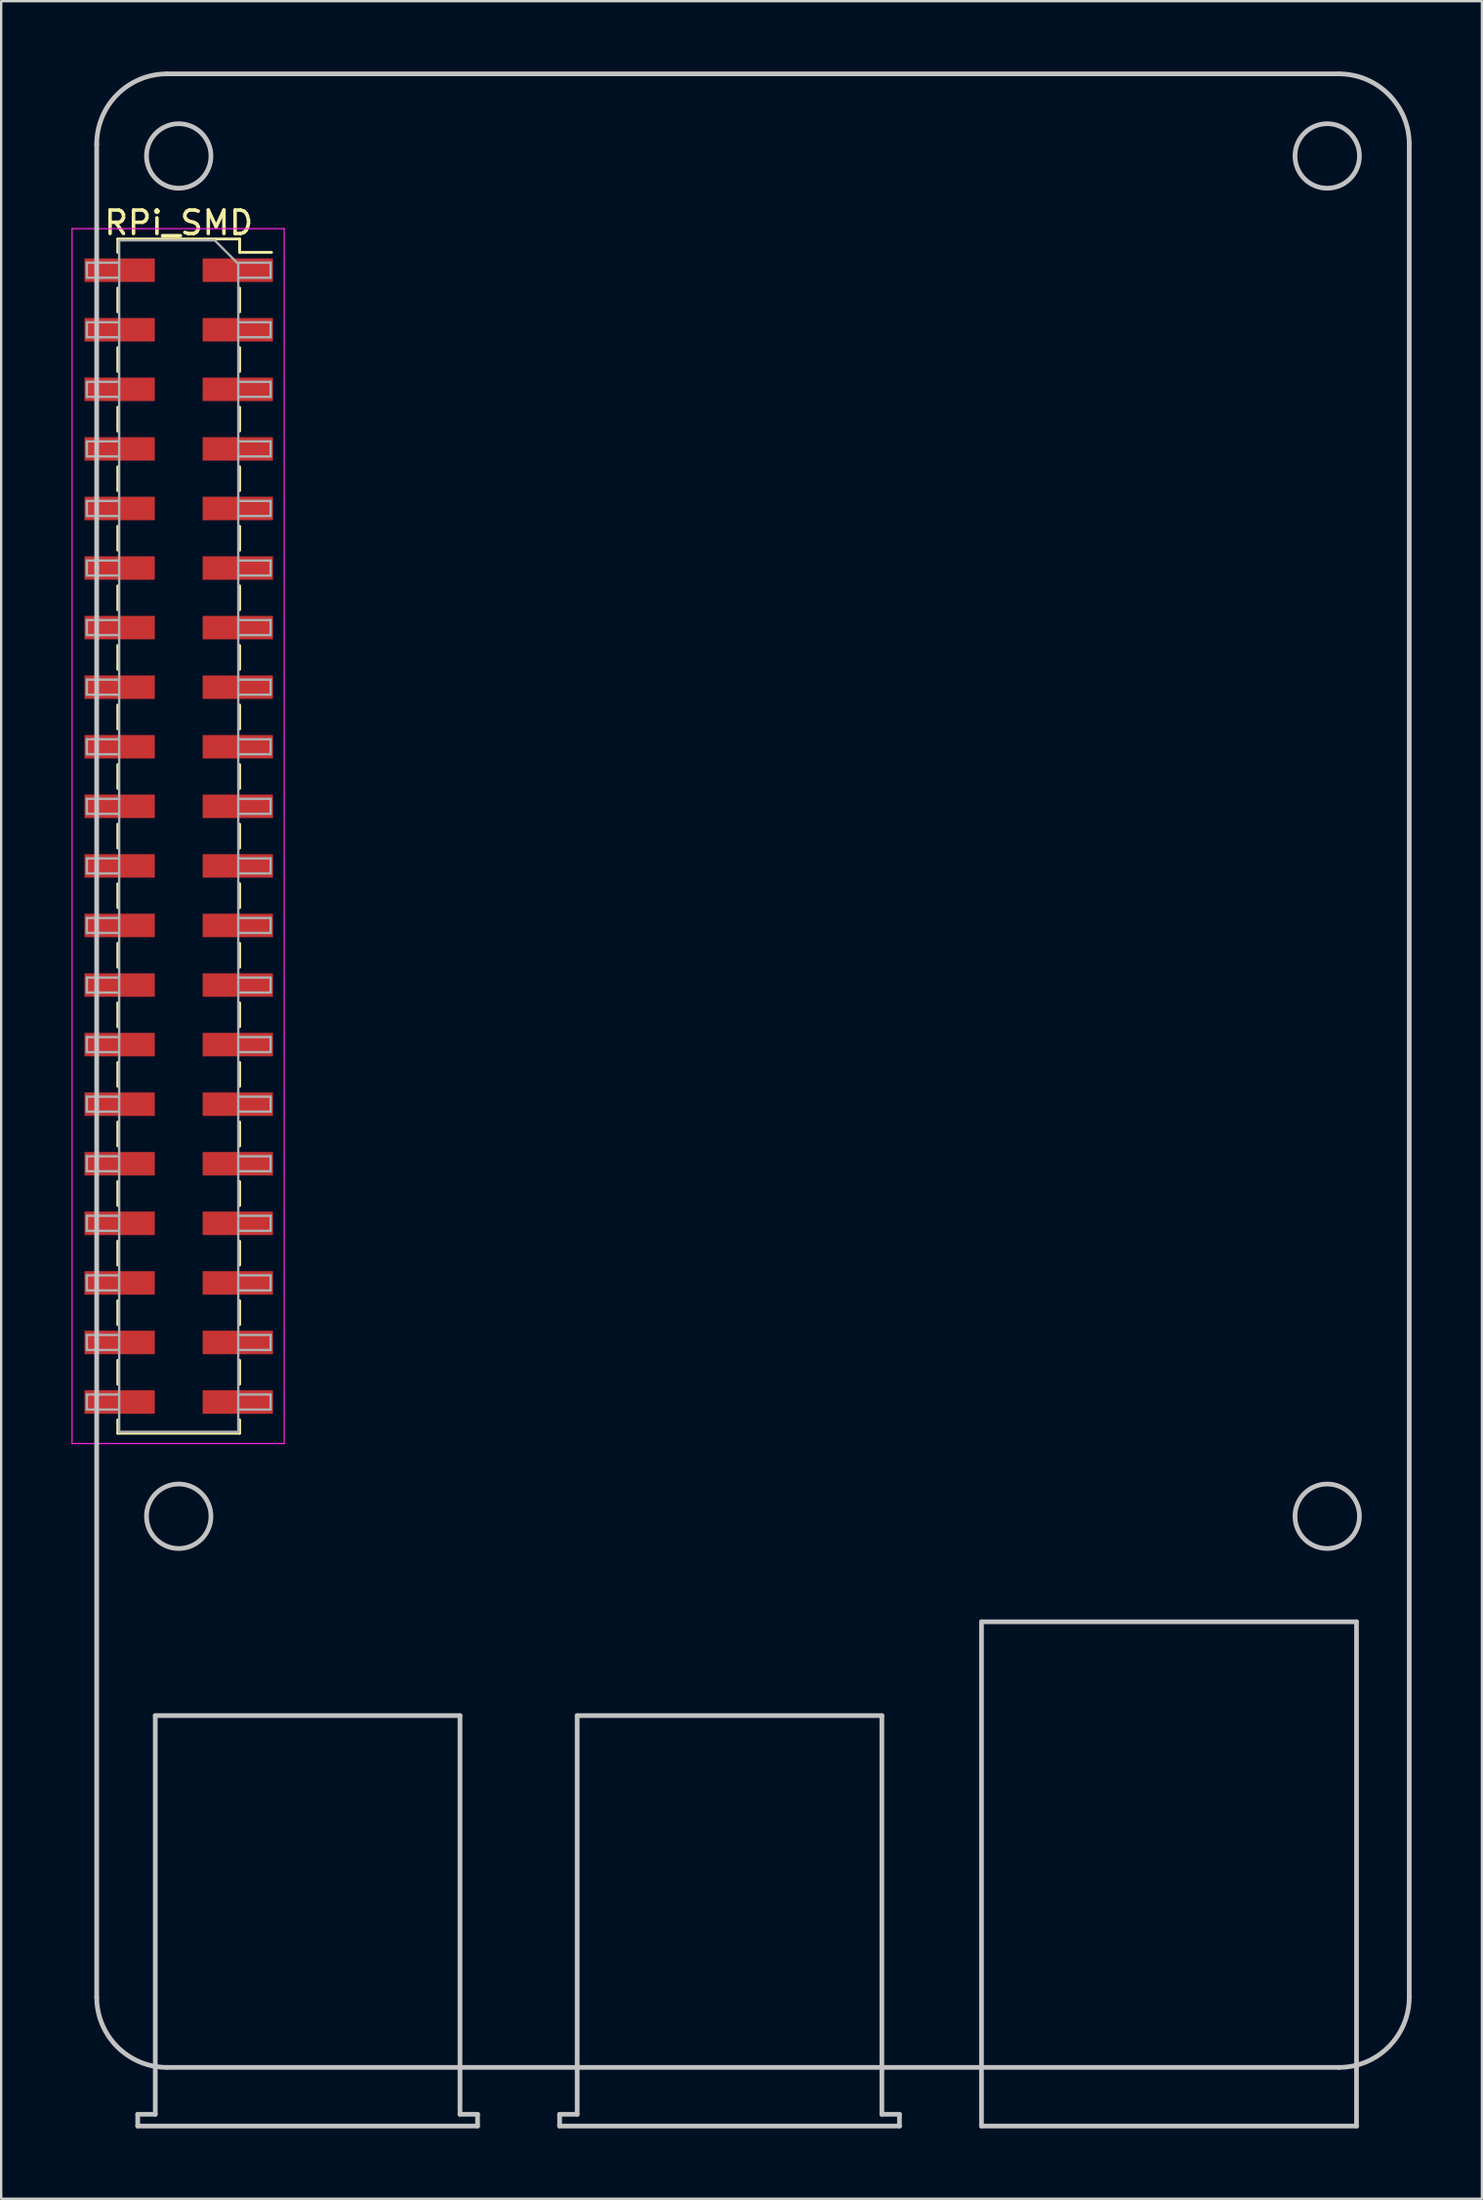
<source format=kicad_pcb>
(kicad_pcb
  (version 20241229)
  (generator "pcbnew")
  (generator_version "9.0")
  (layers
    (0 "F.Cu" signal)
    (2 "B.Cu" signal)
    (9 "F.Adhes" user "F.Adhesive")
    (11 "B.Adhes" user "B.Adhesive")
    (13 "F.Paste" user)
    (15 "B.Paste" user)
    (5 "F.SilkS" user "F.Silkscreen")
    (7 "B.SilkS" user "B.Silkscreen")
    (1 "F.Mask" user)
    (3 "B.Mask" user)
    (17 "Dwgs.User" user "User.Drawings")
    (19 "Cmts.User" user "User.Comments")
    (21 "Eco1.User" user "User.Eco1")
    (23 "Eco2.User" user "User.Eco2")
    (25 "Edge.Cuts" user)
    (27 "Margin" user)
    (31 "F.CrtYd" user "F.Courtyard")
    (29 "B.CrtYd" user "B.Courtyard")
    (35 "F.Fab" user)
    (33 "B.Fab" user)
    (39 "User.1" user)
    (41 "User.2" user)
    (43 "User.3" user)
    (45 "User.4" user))
  (footprint "RPi_SMD"
    (layer "F.Cu")
    (at 4.575 32.6)
    (property "Reference" "RPi_SMD" (at 0 -26.15 0) (layer "F.SilkS") (effects (font (size 1 1) (thickness 0.15))))
    (attr smd)
    (fp_line (start -2.6 -25.46) (end -2.6 -24.89) (stroke (width 0.12) (type solid)) (layer "F.SilkS"))
    (fp_line (start -2.6 -25.46) (end 2.6 -25.46) (stroke (width 0.12) (type solid)) (layer "F.SilkS"))
    (fp_line (start -2.6 -23.37) (end -2.6 -22.35) (stroke (width 0.12) (type solid)) (layer "F.SilkS"))
    (fp_line (start -2.6 -20.83) (end -2.6 -19.81) (stroke (width 0.12) (type solid)) (layer "F.SilkS"))
    (fp_line (start -2.6 -18.29) (end -2.6 -17.27) (stroke (width 0.12) (type solid)) (layer "F.SilkS"))
    (fp_line (start -2.6 -15.75) (end -2.6 -14.73) (stroke (width 0.12) (type solid)) (layer "F.SilkS"))
    (fp_line (start -2.6 -13.21) (end -2.6 -12.19) (stroke (width 0.12) (type solid)) (layer "F.SilkS"))
    (fp_line (start -2.6 -10.67) (end -2.6 -9.65) (stroke (width 0.12) (type solid)) (layer "F.SilkS"))
    (fp_line (start -2.6 -8.13) (end -2.6 -7.11) (stroke (width 0.12) (type solid)) (layer "F.SilkS"))
    (fp_line (start -2.6 -5.59) (end -2.6 -4.57) (stroke (width 0.12) (type solid)) (layer "F.SilkS"))
    (fp_line (start -2.6 -3.05) (end -2.6 -2.03) (stroke (width 0.12) (type solid)) (layer "F.SilkS"))
    (fp_line (start -2.6 -0.51) (end -2.6 0.51) (stroke (width 0.12) (type solid)) (layer "F.SilkS"))
    (fp_line (start -2.6 2.03) (end -2.6 3.05) (stroke (width 0.12) (type solid)) (layer "F.SilkS"))
    (fp_line (start -2.6 4.57) (end -2.6 5.59) (stroke (width 0.12) (type solid)) (layer "F.SilkS"))
    (fp_line (start -2.6 7.11) (end -2.6 8.13) (stroke (width 0.12) (type solid)) (layer "F.SilkS"))
    (fp_line (start -2.6 9.65) (end -2.6 10.67) (stroke (width 0.12) (type solid)) (layer "F.SilkS"))
    (fp_line (start -2.6 12.19) (end -2.6 13.21) (stroke (width 0.12) (type solid)) (layer "F.SilkS"))
    (fp_line (start -2.6 14.73) (end -2.6 15.75) (stroke (width 0.12) (type solid)) (layer "F.SilkS"))
    (fp_line (start -2.6 17.27) (end -2.6 18.29) (stroke (width 0.12) (type solid)) (layer "F.SilkS"))
    (fp_line (start -2.6 19.81) (end -2.6 20.83) (stroke (width 0.12) (type solid)) (layer "F.SilkS"))
    (fp_line (start -2.6 22.35) (end -2.6 23.37) (stroke (width 0.12) (type solid)) (layer "F.SilkS"))
    (fp_line (start -2.6 24.89) (end -2.6 25.46) (stroke (width 0.12) (type solid)) (layer "F.SilkS"))
    (fp_line (start -2.6 25.46) (end 2.6 25.46) (stroke (width 0.12) (type solid)) (layer "F.SilkS"))
    (fp_line (start 2.6 -25.46) (end 2.6 -24.89) (stroke (width 0.12) (type solid)) (layer "F.SilkS"))
    (fp_line (start 2.6 -24.89) (end 3.96 -24.89) (stroke (width 0.12) (type solid)) (layer "F.SilkS"))
    (fp_line (start 2.6 -23.37) (end 2.6 -22.35) (stroke (width 0.12) (type solid)) (layer "F.SilkS"))
    (fp_line (start 2.6 -20.83) (end 2.6 -19.81) (stroke (width 0.12) (type solid)) (layer "F.SilkS"))
    (fp_line (start 2.6 -18.29) (end 2.6 -17.27) (stroke (width 0.12) (type solid)) (layer "F.SilkS"))
    (fp_line (start 2.6 -15.75) (end 2.6 -14.73) (stroke (width 0.12) (type solid)) (layer "F.SilkS"))
    (fp_line (start 2.6 -13.21) (end 2.6 -12.19) (stroke (width 0.12) (type solid)) (layer "F.SilkS"))
    (fp_line (start 2.6 -10.67) (end 2.6 -9.65) (stroke (width 0.12) (type solid)) (layer "F.SilkS"))
    (fp_line (start 2.6 -8.13) (end 2.6 -7.11) (stroke (width 0.12) (type solid)) (layer "F.SilkS"))
    (fp_line (start 2.6 -5.59) (end 2.6 -4.57) (stroke (width 0.12) (type solid)) (layer "F.SilkS"))
    (fp_line (start 2.6 -3.05) (end 2.6 -2.03) (stroke (width 0.12) (type solid)) (layer "F.SilkS"))
    (fp_line (start 2.6 -0.51) (end 2.6 0.51) (stroke (width 0.12) (type solid)) (layer "F.SilkS"))
    (fp_line (start 2.6 2.03) (end 2.6 3.05) (stroke (width 0.12) (type solid)) (layer "F.SilkS"))
    (fp_line (start 2.6 4.57) (end 2.6 5.59) (stroke (width 0.12) (type solid)) (layer "F.SilkS"))
    (fp_line (start 2.6 7.11) (end 2.6 8.13) (stroke (width 0.12) (type solid)) (layer "F.SilkS"))
    (fp_line (start 2.6 9.65) (end 2.6 10.67) (stroke (width 0.12) (type solid)) (layer "F.SilkS"))
    (fp_line (start 2.6 12.19) (end 2.6 13.21) (stroke (width 0.12) (type solid)) (layer "F.SilkS"))
    (fp_line (start 2.6 14.73) (end 2.6 15.75) (stroke (width 0.12) (type solid)) (layer "F.SilkS"))
    (fp_line (start 2.6 17.27) (end 2.6 18.29) (stroke (width 0.12) (type solid)) (layer "F.SilkS"))
    (fp_line (start 2.6 19.81) (end 2.6 20.83) (stroke (width 0.12) (type solid)) (layer "F.SilkS"))
    (fp_line (start 2.6 22.35) (end 2.6 23.37) (stroke (width 0.12) (type solid)) (layer "F.SilkS"))
    (fp_line (start 2.6 24.89) (end 2.6 25.46) (stroke (width 0.12) (type solid)) (layer "F.SilkS"))
    (fp_line (start -3.5 49.5) (end -3.5 -29.5) (stroke (width 0.2) (type solid)) (layer "Dwgs.User"))
    (fp_line (start -1.75 54.5) (end -1.75 55) (stroke (width 0.2) (type solid)) (layer "Dwgs.User"))
    (fp_line (start -1.75 55) (end 12.75 55) (stroke (width 0.2) (type solid)) (layer "Dwgs.User"))
    (fp_line (start -1 37.5) (end -1 54.5) (stroke (width 0.2) (type solid)) (layer "Dwgs.User"))
    (fp_line (start -1 54.5) (end -1.75 54.5) (stroke (width 0.2) (type solid)) (layer "Dwgs.User"))
    (fp_line (start -0.5 -32.5) (end 49.5 -32.5) (stroke (width 0.2) (type solid)) (layer "Dwgs.User"))
    (fp_line (start 12 37.5) (end -1 37.5) (stroke (width 0.2) (type solid)) (layer "Dwgs.User"))
    (fp_line (start 12 54.5) (end 12 37.5) (stroke (width 0.2) (type solid)) (layer "Dwgs.User"))
    (fp_line (start 12.75 54.5) (end 12 54.5) (stroke (width 0.2) (type solid)) (layer "Dwgs.User"))
    (fp_line (start 12.75 55) (end 12.75 54.5) (stroke (width 0.2) (type solid)) (layer "Dwgs.User"))
    (fp_line (start 16.25 54.5) (end 16.25 55) (stroke (width 0.2) (type solid)) (layer "Dwgs.User"))
    (fp_line (start 16.25 55) (end 30.75 55) (stroke (width 0.2) (type solid)) (layer "Dwgs.User"))
    (fp_line (start 17 37.5) (end 17 54.5) (stroke (width 0.2) (type solid)) (layer "Dwgs.User"))
    (fp_line (start 17 54.5) (end 16.25 54.5) (stroke (width 0.2) (type solid)) (layer "Dwgs.User"))
    (fp_line (start 30 37.5) (end 17 37.5) (stroke (width 0.2) (type solid)) (layer "Dwgs.User"))
    (fp_line (start 30 54.5) (end 30 37.5) (stroke (width 0.2) (type solid)) (layer "Dwgs.User"))
    (fp_line (start 30.75 54.5) (end 30 54.5) (stroke (width 0.2) (type solid)) (layer "Dwgs.User"))
    (fp_line (start 30.75 55) (end 30.75 54.5) (stroke (width 0.2) (type solid)) (layer "Dwgs.User"))
    (fp_line (start 34.25 33.5) (end 50.25 33.5) (stroke (width 0.2) (type solid)) (layer "Dwgs.User"))
    (fp_line (start 34.25 55) (end 34.25 33.5) (stroke (width 0.2) (type solid)) (layer "Dwgs.User"))
    (fp_line (start 49.5 52.5) (end -0.5 52.5) (stroke (width 0.2) (type solid)) (layer "Dwgs.User"))
    (fp_line (start 50.25 33.5) (end 50.25 55) (stroke (width 0.2) (type solid)) (layer "Dwgs.User"))
    (fp_line (start 50.25 55) (end 34.25 55) (stroke (width 0.2) (type solid)) (layer "Dwgs.User"))
    (fp_line (start 52.5 -29.5) (end 52.5 49.5) (stroke (width 0.2) (type solid)) (layer "Dwgs.User"))
    (fp_arc (start -3.5 -29.5) (mid -2.62132 -31.62132) (end -0.5 -32.5) (stroke (width 0.2) (type solid)) (layer "Dwgs.User"))
    (fp_arc (start -0.5 52.5) (mid -2.62132 51.62132) (end -3.5 49.5) (stroke (width 0.2) (type solid)) (layer "Dwgs.User"))
    (fp_arc (start 49.5 -32.5) (mid 51.62132 -31.62132) (end 52.5 -29.5) (stroke (width 0.2) (type solid)) (layer "Dwgs.User"))
    (fp_arc (start 52.5 49.5) (mid 51.62132 51.62132) (end 49.5 52.5) (stroke (width 0.2) (type solid)) (layer "Dwgs.User"))
    (fp_circle (center 0 -29) (end 1.375 -29) (stroke (width 0.2) (type solid)) (fill no) (layer "Dwgs.User"))
    (fp_circle (center 0 29) (end 1.375 29) (stroke (width 0.2) (type solid)) (fill no) (layer "Dwgs.User"))
    (fp_circle (center 49 -29) (end 50.375 -29) (stroke (width 0.2) (type solid)) (fill no) (layer "Dwgs.User"))
    (fp_circle (center 49 29) (end 50.375 29) (stroke (width 0.2) (type solid)) (fill no) (layer "Dwgs.User"))
    (fp_line (start -4.55 -25.9) (end 4.5 -25.9) (stroke (width 0.05) (type solid)) (layer "F.CrtYd"))
    (fp_line (start -4.55 25.9) (end -4.55 -25.9) (stroke (width 0.05) (type solid)) (layer "F.CrtYd"))
    (fp_line (start 4.5 -25.9) (end 4.5 25.9) (stroke (width 0.05) (type solid)) (layer "F.CrtYd"))
    (fp_line (start 4.5 25.9) (end -4.55 25.9) (stroke (width 0.05) (type solid)) (layer "F.CrtYd"))
    (fp_line (start -3.92 -24.45) (end -2.54 -24.45) (stroke (width 0.1) (type solid)) (layer "F.Fab"))
    (fp_line (start -3.92 -23.81) (end -3.92 -24.45) (stroke (width 0.1) (type solid)) (layer "F.Fab"))
    (fp_line (start -3.92 -21.91) (end -2.54 -21.91) (stroke (width 0.1) (type solid)) (layer "F.Fab"))
    (fp_line (start -3.92 -21.27) (end -3.92 -21.91) (stroke (width 0.1) (type solid)) (layer "F.Fab"))
    (fp_line (start -3.92 -19.37) (end -2.54 -19.37) (stroke (width 0.1) (type solid)) (layer "F.Fab"))
    (fp_line (start -3.92 -18.73) (end -3.92 -19.37) (stroke (width 0.1) (type solid)) (layer "F.Fab"))
    (fp_line (start -3.92 -16.83) (end -2.54 -16.83) (stroke (width 0.1) (type solid)) (layer "F.Fab"))
    (fp_line (start -3.92 -16.19) (end -3.92 -16.83) (stroke (width 0.1) (type solid)) (layer "F.Fab"))
    (fp_line (start -3.92 -14.29) (end -2.54 -14.29) (stroke (width 0.1) (type solid)) (layer "F.Fab"))
    (fp_line (start -3.92 -13.65) (end -3.92 -14.29) (stroke (width 0.1) (type solid)) (layer "F.Fab"))
    (fp_line (start -3.92 -11.75) (end -2.54 -11.75) (stroke (width 0.1) (type solid)) (layer "F.Fab"))
    (fp_line (start -3.92 -11.11) (end -3.92 -11.75) (stroke (width 0.1) (type solid)) (layer "F.Fab"))
    (fp_line (start -3.92 -9.21) (end -2.54 -9.21) (stroke (width 0.1) (type solid)) (layer "F.Fab"))
    (fp_line (start -3.92 -8.57) (end -3.92 -9.21) (stroke (width 0.1) (type solid)) (layer "F.Fab"))
    (fp_line (start -3.92 -6.67) (end -2.54 -6.67) (stroke (width 0.1) (type solid)) (layer "F.Fab"))
    (fp_line (start -3.92 -6.03) (end -3.92 -6.67) (stroke (width 0.1) (type solid)) (layer "F.Fab"))
    (fp_line (start -3.92 -4.13) (end -2.54 -4.13) (stroke (width 0.1) (type solid)) (layer "F.Fab"))
    (fp_line (start -3.92 -3.49) (end -3.92 -4.13) (stroke (width 0.1) (type solid)) (layer "F.Fab"))
    (fp_line (start -3.92 -1.59) (end -2.54 -1.59) (stroke (width 0.1) (type solid)) (layer "F.Fab"))
    (fp_line (start -3.92 -0.95) (end -3.92 -1.59) (stroke (width 0.1) (type solid)) (layer "F.Fab"))
    (fp_line (start -3.92 0.95) (end -2.54 0.95) (stroke (width 0.1) (type solid)) (layer "F.Fab"))
    (fp_line (start -3.92 1.59) (end -3.92 0.95) (stroke (width 0.1) (type solid)) (layer "F.Fab"))
    (fp_line (start -3.92 3.49) (end -2.54 3.49) (stroke (width 0.1) (type solid)) (layer "F.Fab"))
    (fp_line (start -3.92 4.13) (end -3.92 3.49) (stroke (width 0.1) (type solid)) (layer "F.Fab"))
    (fp_line (start -3.92 6.03) (end -2.54 6.03) (stroke (width 0.1) (type solid)) (layer "F.Fab"))
    (fp_line (start -3.92 6.67) (end -3.92 6.03) (stroke (width 0.1) (type solid)) (layer "F.Fab"))
    (fp_line (start -3.92 8.57) (end -2.54 8.57) (stroke (width 0.1) (type solid)) (layer "F.Fab"))
    (fp_line (start -3.92 9.21) (end -3.92 8.57) (stroke (width 0.1) (type solid)) (layer "F.Fab"))
    (fp_line (start -3.92 11.11) (end -2.54 11.11) (stroke (width 0.1) (type solid)) (layer "F.Fab"))
    (fp_line (start -3.92 11.75) (end -3.92 11.11) (stroke (width 0.1) (type solid)) (layer "F.Fab"))
    (fp_line (start -3.92 13.65) (end -2.54 13.65) (stroke (width 0.1) (type solid)) (layer "F.Fab"))
    (fp_line (start -3.92 14.29) (end -3.92 13.65) (stroke (width 0.1) (type solid)) (layer "F.Fab"))
    (fp_line (start -3.92 16.19) (end -2.54 16.19) (stroke (width 0.1) (type solid)) (layer "F.Fab"))
    (fp_line (start -3.92 16.83) (end -3.92 16.19) (stroke (width 0.1) (type solid)) (layer "F.Fab"))
    (fp_line (start -3.92 18.73) (end -2.54 18.73) (stroke (width 0.1) (type solid)) (layer "F.Fab"))
    (fp_line (start -3.92 19.37) (end -3.92 18.73) (stroke (width 0.1) (type solid)) (layer "F.Fab"))
    (fp_line (start -3.92 21.27) (end -2.54 21.27) (stroke (width 0.1) (type solid)) (layer "F.Fab"))
    (fp_line (start -3.92 21.91) (end -3.92 21.27) (stroke (width 0.1) (type solid)) (layer "F.Fab"))
    (fp_line (start -3.92 23.81) (end -2.54 23.81) (stroke (width 0.1) (type solid)) (layer "F.Fab"))
    (fp_line (start -3.92 24.45) (end -3.92 23.81) (stroke (width 0.1) (type solid)) (layer "F.Fab"))
    (fp_line (start -2.54 -25.4) (end 1.54 -25.4) (stroke (width 0.1) (type solid)) (layer "F.Fab"))
    (fp_line (start -2.54 -23.81) (end -3.92 -23.81) (stroke (width 0.1) (type solid)) (layer "F.Fab"))
    (fp_line (start -2.54 -21.27) (end -3.92 -21.27) (stroke (width 0.1) (type solid)) (layer "F.Fab"))
    (fp_line (start -2.54 -18.73) (end -3.92 -18.73) (stroke (width 0.1) (type solid)) (layer "F.Fab"))
    (fp_line (start -2.54 -16.19) (end -3.92 -16.19) (stroke (width 0.1) (type solid)) (layer "F.Fab"))
    (fp_line (start -2.54 -13.65) (end -3.92 -13.65) (stroke (width 0.1) (type solid)) (layer "F.Fab"))
    (fp_line (start -2.54 -11.11) (end -3.92 -11.11) (stroke (width 0.1) (type solid)) (layer "F.Fab"))
    (fp_line (start -2.54 -8.57) (end -3.92 -8.57) (stroke (width 0.1) (type solid)) (layer "F.Fab"))
    (fp_line (start -2.54 -6.03) (end -3.92 -6.03) (stroke (width 0.1) (type solid)) (layer "F.Fab"))
    (fp_line (start -2.54 -3.49) (end -3.92 -3.49) (stroke (width 0.1) (type solid)) (layer "F.Fab"))
    (fp_line (start -2.54 -0.95) (end -3.92 -0.95) (stroke (width 0.1) (type solid)) (layer "F.Fab"))
    (fp_line (start -2.54 1.59) (end -3.92 1.59) (stroke (width 0.1) (type solid)) (layer "F.Fab"))
    (fp_line (start -2.54 4.13) (end -3.92 4.13) (stroke (width 0.1) (type solid)) (layer "F.Fab"))
    (fp_line (start -2.54 6.67) (end -3.92 6.67) (stroke (width 0.1) (type solid)) (layer "F.Fab"))
    (fp_line (start -2.54 9.21) (end -3.92 9.21) (stroke (width 0.1) (type solid)) (layer "F.Fab"))
    (fp_line (start -2.54 11.75) (end -3.92 11.75) (stroke (width 0.1) (type solid)) (layer "F.Fab"))
    (fp_line (start -2.54 14.29) (end -3.92 14.29) (stroke (width 0.1) (type solid)) (layer "F.Fab"))
    (fp_line (start -2.54 16.83) (end -3.92 16.83) (stroke (width 0.1) (type solid)) (layer "F.Fab"))
    (fp_line (start -2.54 19.37) (end -3.92 19.37) (stroke (width 0.1) (type solid)) (layer "F.Fab"))
    (fp_line (start -2.54 21.91) (end -3.92 21.91) (stroke (width 0.1) (type solid)) (layer "F.Fab"))
    (fp_line (start -2.54 24.45) (end -3.92 24.45) (stroke (width 0.1) (type solid)) (layer "F.Fab"))
    (fp_line (start -2.54 25.4) (end -2.54 -25.4) (stroke (width 0.1) (type solid)) (layer "F.Fab"))
    (fp_line (start 1.54 -25.4) (end 2.54 -24.4) (stroke (width 0.1) (type solid)) (layer "F.Fab"))
    (fp_line (start 2.54 -24.45) (end 3.92 -24.45) (stroke (width 0.1) (type solid)) (layer "F.Fab"))
    (fp_line (start 2.54 -24.4) (end 2.54 25.4) (stroke (width 0.1) (type solid)) (layer "F.Fab"))
    (fp_line (start 2.54 -21.91) (end 3.92 -21.91) (stroke (width 0.1) (type solid)) (layer "F.Fab"))
    (fp_line (start 2.54 -19.37) (end 3.92 -19.37) (stroke (width 0.1) (type solid)) (layer "F.Fab"))
    (fp_line (start 2.54 -16.83) (end 3.92 -16.83) (stroke (width 0.1) (type solid)) (layer "F.Fab"))
    (fp_line (start 2.54 -14.29) (end 3.92 -14.29) (stroke (width 0.1) (type solid)) (layer "F.Fab"))
    (fp_line (start 2.54 -11.75) (end 3.92 -11.75) (stroke (width 0.1) (type solid)) (layer "F.Fab"))
    (fp_line (start 2.54 -9.21) (end 3.92 -9.21) (stroke (width 0.1) (type solid)) (layer "F.Fab"))
    (fp_line (start 2.54 -6.67) (end 3.92 -6.67) (stroke (width 0.1) (type solid)) (layer "F.Fab"))
    (fp_line (start 2.54 -4.13) (end 3.92 -4.13) (stroke (width 0.1) (type solid)) (layer "F.Fab"))
    (fp_line (start 2.54 -1.59) (end 3.92 -1.59) (stroke (width 0.1) (type solid)) (layer "F.Fab"))
    (fp_line (start 2.54 0.95) (end 3.92 0.95) (stroke (width 0.1) (type solid)) (layer "F.Fab"))
    (fp_line (start 2.54 3.49) (end 3.92 3.49) (stroke (width 0.1) (type solid)) (layer "F.Fab"))
    (fp_line (start 2.54 6.03) (end 3.92 6.03) (stroke (width 0.1) (type solid)) (layer "F.Fab"))
    (fp_line (start 2.54 8.57) (end 3.92 8.57) (stroke (width 0.1) (type solid)) (layer "F.Fab"))
    (fp_line (start 2.54 11.11) (end 3.92 11.11) (stroke (width 0.1) (type solid)) (layer "F.Fab"))
    (fp_line (start 2.54 13.65) (end 3.92 13.65) (stroke (width 0.1) (type solid)) (layer "F.Fab"))
    (fp_line (start 2.54 16.19) (end 3.92 16.19) (stroke (width 0.1) (type solid)) (layer "F.Fab"))
    (fp_line (start 2.54 18.73) (end 3.92 18.73) (stroke (width 0.1) (type solid)) (layer "F.Fab"))
    (fp_line (start 2.54 21.27) (end 3.92 21.27) (stroke (width 0.1) (type solid)) (layer "F.Fab"))
    (fp_line (start 2.54 23.81) (end 3.92 23.81) (stroke (width 0.1) (type solid)) (layer "F.Fab"))
    (fp_line (start 2.54 25.4) (end -2.54 25.4) (stroke (width 0.1) (type solid)) (layer "F.Fab"))
    (fp_line (start 3.92 -24.45) (end 3.92 -23.81) (stroke (width 0.1) (type solid)) (layer "F.Fab"))
    (fp_line (start 3.92 -23.81) (end 2.54 -23.81) (stroke (width 0.1) (type solid)) (layer "F.Fab"))
    (fp_line (start 3.92 -21.91) (end 3.92 -21.27) (stroke (width 0.1) (type solid)) (layer "F.Fab"))
    (fp_line (start 3.92 -21.27) (end 2.54 -21.27) (stroke (width 0.1) (type solid)) (layer "F.Fab"))
    (fp_line (start 3.92 -19.37) (end 3.92 -18.73) (stroke (width 0.1) (type solid)) (layer "F.Fab"))
    (fp_line (start 3.92 -18.73) (end 2.54 -18.73) (stroke (width 0.1) (type solid)) (layer "F.Fab"))
    (fp_line (start 3.92 -16.83) (end 3.92 -16.19) (stroke (width 0.1) (type solid)) (layer "F.Fab"))
    (fp_line (start 3.92 -16.19) (end 2.54 -16.19) (stroke (width 0.1) (type solid)) (layer "F.Fab"))
    (fp_line (start 3.92 -14.29) (end 3.92 -13.65) (stroke (width 0.1) (type solid)) (layer "F.Fab"))
    (fp_line (start 3.92 -13.65) (end 2.54 -13.65) (stroke (width 0.1) (type solid)) (layer "F.Fab"))
    (fp_line (start 3.92 -11.75) (end 3.92 -11.11) (stroke (width 0.1) (type solid)) (layer "F.Fab"))
    (fp_line (start 3.92 -11.11) (end 2.54 -11.11) (stroke (width 0.1) (type solid)) (layer "F.Fab"))
    (fp_line (start 3.92 -9.21) (end 3.92 -8.57) (stroke (width 0.1) (type solid)) (layer "F.Fab"))
    (fp_line (start 3.92 -8.57) (end 2.54 -8.57) (stroke (width 0.1) (type solid)) (layer "F.Fab"))
    (fp_line (start 3.92 -6.67) (end 3.92 -6.03) (stroke (width 0.1) (type solid)) (layer "F.Fab"))
    (fp_line (start 3.92 -6.03) (end 2.54 -6.03) (stroke (width 0.1) (type solid)) (layer "F.Fab"))
    (fp_line (start 3.92 -4.13) (end 3.92 -3.49) (stroke (width 0.1) (type solid)) (layer "F.Fab"))
    (fp_line (start 3.92 -3.49) (end 2.54 -3.49) (stroke (width 0.1) (type solid)) (layer "F.Fab"))
    (fp_line (start 3.92 -1.59) (end 3.92 -0.95) (stroke (width 0.1) (type solid)) (layer "F.Fab"))
    (fp_line (start 3.92 -0.95) (end 2.54 -0.95) (stroke (width 0.1) (type solid)) (layer "F.Fab"))
    (fp_line (start 3.92 0.95) (end 3.92 1.59) (stroke (width 0.1) (type solid)) (layer "F.Fab"))
    (fp_line (start 3.92 1.59) (end 2.54 1.59) (stroke (width 0.1) (type solid)) (layer "F.Fab"))
    (fp_line (start 3.92 3.49) (end 3.92 4.13) (stroke (width 0.1) (type solid)) (layer "F.Fab"))
    (fp_line (start 3.92 4.13) (end 2.54 4.13) (stroke (width 0.1) (type solid)) (layer "F.Fab"))
    (fp_line (start 3.92 6.03) (end 3.92 6.67) (stroke (width 0.1) (type solid)) (layer "F.Fab"))
    (fp_line (start 3.92 6.67) (end 2.54 6.67) (stroke (width 0.1) (type solid)) (layer "F.Fab"))
    (fp_line (start 3.92 8.57) (end 3.92 9.21) (stroke (width 0.1) (type solid)) (layer "F.Fab"))
    (fp_line (start 3.92 9.21) (end 2.54 9.21) (stroke (width 0.1) (type solid)) (layer "F.Fab"))
    (fp_line (start 3.92 11.11) (end 3.92 11.75) (stroke (width 0.1) (type solid)) (layer "F.Fab"))
    (fp_line (start 3.92 11.75) (end 2.54 11.75) (stroke (width 0.1) (type solid)) (layer "F.Fab"))
    (fp_line (start 3.92 13.65) (end 3.92 14.29) (stroke (width 0.1) (type solid)) (layer "F.Fab"))
    (fp_line (start 3.92 14.29) (end 2.54 14.29) (stroke (width 0.1) (type solid)) (layer "F.Fab"))
    (fp_line (start 3.92 16.19) (end 3.92 16.83) (stroke (width 0.1) (type solid)) (layer "F.Fab"))
    (fp_line (start 3.92 16.83) (end 2.54 16.83) (stroke (width 0.1) (type solid)) (layer "F.Fab"))
    (fp_line (start 3.92 18.73) (end 3.92 19.37) (stroke (width 0.1) (type solid)) (layer "F.Fab"))
    (fp_line (start 3.92 19.37) (end 2.54 19.37) (stroke (width 0.1) (type solid)) (layer "F.Fab"))
    (fp_line (start 3.92 21.27) (end 3.92 21.91) (stroke (width 0.1) (type solid)) (layer "F.Fab"))
    (fp_line (start 3.92 21.91) (end 2.54 21.91) (stroke (width 0.1) (type solid)) (layer "F.Fab"))
    (fp_line (start 3.92 23.81) (end 3.92 24.45) (stroke (width 0.1) (type solid)) (layer "F.Fab"))
    (fp_line (start 3.92 24.45) (end 2.54 24.45) (stroke (width 0.1) (type solid)) (layer "F.Fab"))
    (pad "1" smd rect (at 2.52 -24.13) (size 3 1) (layers "F.Cu" "F.Mask" "F.Paste"))
    (pad "2" smd rect (at -2.52 -24.13) (size 3 1) (layers "F.Cu" "F.Mask" "F.Paste"))
    (pad "3" smd rect (at 2.52 -21.59) (size 3 1) (layers "F.Cu" "F.Mask" "F.Paste"))
    (pad "4" smd rect (at -2.52 -21.59) (size 3 1) (layers "F.Cu" "F.Mask" "F.Paste"))
    (pad "5" smd rect (at 2.52 -19.05) (size 3 1) (layers "F.Cu" "F.Mask" "F.Paste"))
    (pad "6" smd rect (at -2.52 -19.05) (size 3 1) (layers "F.Cu" "F.Mask" "F.Paste"))
    (pad "7" smd rect (at 2.52 -16.51) (size 3 1) (layers "F.Cu" "F.Mask" "F.Paste"))
    (pad "8" smd rect (at -2.52 -16.51) (size 3 1) (layers "F.Cu" "F.Mask" "F.Paste"))
    (pad "9" smd rect (at 2.52 -13.97) (size 3 1) (layers "F.Cu" "F.Mask" "F.Paste"))
    (pad "10" smd rect (at -2.52 -13.97) (size 3 1) (layers "F.Cu" "F.Mask" "F.Paste"))
    (pad "11" smd rect (at 2.52 -11.43) (size 3 1) (layers "F.Cu" "F.Mask" "F.Paste"))
    (pad "12" smd rect (at -2.52 -11.43) (size 3 1) (layers "F.Cu" "F.Mask" "F.Paste"))
    (pad "13" smd rect (at 2.52 -8.89) (size 3 1) (layers "F.Cu" "F.Mask" "F.Paste"))
    (pad "14" smd rect (at -2.52 -8.89) (size 3 1) (layers "F.Cu" "F.Mask" "F.Paste"))
    (pad "15" smd rect (at 2.52 -6.35) (size 3 1) (layers "F.Cu" "F.Mask" "F.Paste"))
    (pad "16" smd rect (at -2.52 -6.35) (size 3 1) (layers "F.Cu" "F.Mask" "F.Paste"))
    (pad "17" smd rect (at 2.52 -3.81) (size 3 1) (layers "F.Cu" "F.Mask" "F.Paste"))
    (pad "18" smd rect (at -2.52 -3.81) (size 3 1) (layers "F.Cu" "F.Mask" "F.Paste"))
    (pad "19" smd rect (at 2.52 -1.27) (size 3 1) (layers "F.Cu" "F.Mask" "F.Paste"))
    (pad "20" smd rect (at -2.52 -1.27) (size 3 1) (layers "F.Cu" "F.Mask" "F.Paste"))
    (pad "21" smd rect (at 2.52 1.27) (size 3 1) (layers "F.Cu" "F.Mask" "F.Paste"))
    (pad "22" smd rect (at -2.52 1.27) (size 3 1) (layers "F.Cu" "F.Mask" "F.Paste"))
    (pad "23" smd rect (at 2.52 3.81) (size 3 1) (layers "F.Cu" "F.Mask" "F.Paste"))
    (pad "24" smd rect (at -2.52 3.81) (size 3 1) (layers "F.Cu" "F.Mask" "F.Paste"))
    (pad "25" smd rect (at 2.52 6.35) (size 3 1) (layers "F.Cu" "F.Mask" "F.Paste"))
    (pad "26" smd rect (at -2.52 6.35) (size 3 1) (layers "F.Cu" "F.Mask" "F.Paste"))
    (pad "27" smd rect (at 2.52 8.89) (size 3 1) (layers "F.Cu" "F.Mask" "F.Paste"))
    (pad "28" smd rect (at -2.52 8.89) (size 3 1) (layers "F.Cu" "F.Mask" "F.Paste"))
    (pad "29" smd rect (at 2.52 11.43) (size 3 1) (layers "F.Cu" "F.Mask" "F.Paste"))
    (pad "30" smd rect (at -2.52 11.43) (size 3 1) (layers "F.Cu" "F.Mask" "F.Paste"))
    (pad "31" smd rect (at 2.52 13.97) (size 3 1) (layers "F.Cu" "F.Mask" "F.Paste"))
    (pad "32" smd rect (at -2.52 13.97) (size 3 1) (layers "F.Cu" "F.Mask" "F.Paste"))
    (pad "33" smd rect (at 2.52 16.51) (size 3 1) (layers "F.Cu" "F.Mask" "F.Paste"))
    (pad "34" smd rect (at -2.52 16.51) (size 3 1) (layers "F.Cu" "F.Mask" "F.Paste"))
    (pad "35" smd rect (at 2.52 19.05) (size 3 1) (layers "F.Cu" "F.Mask" "F.Paste"))
    (pad "36" smd rect (at -2.52 19.05) (size 3 1) (layers "F.Cu" "F.Mask" "F.Paste"))
    (pad "37" smd rect (at 2.52 21.59) (size 3 1) (layers "F.Cu" "F.Mask" "F.Paste"))
    (pad "38" smd rect (at -2.52 21.59) (size 3 1) (layers "F.Cu" "F.Mask" "F.Paste"))
    (pad "39" smd rect (at 2.52 24.13) (size 3 1) (layers "F.Cu" "F.Mask" "F.Paste"))
    (pad "40" smd rect (at -2.52 24.13) (size 3 1) (layers "F.Cu" "F.Mask" "F.Paste")))
  (gr_rect
    (start -3 -3)
    (end 60.175 90.7)
    (stroke (width 0.1) (type default))
    (fill no)
    (layer "Edge.Cuts")))
</source>
